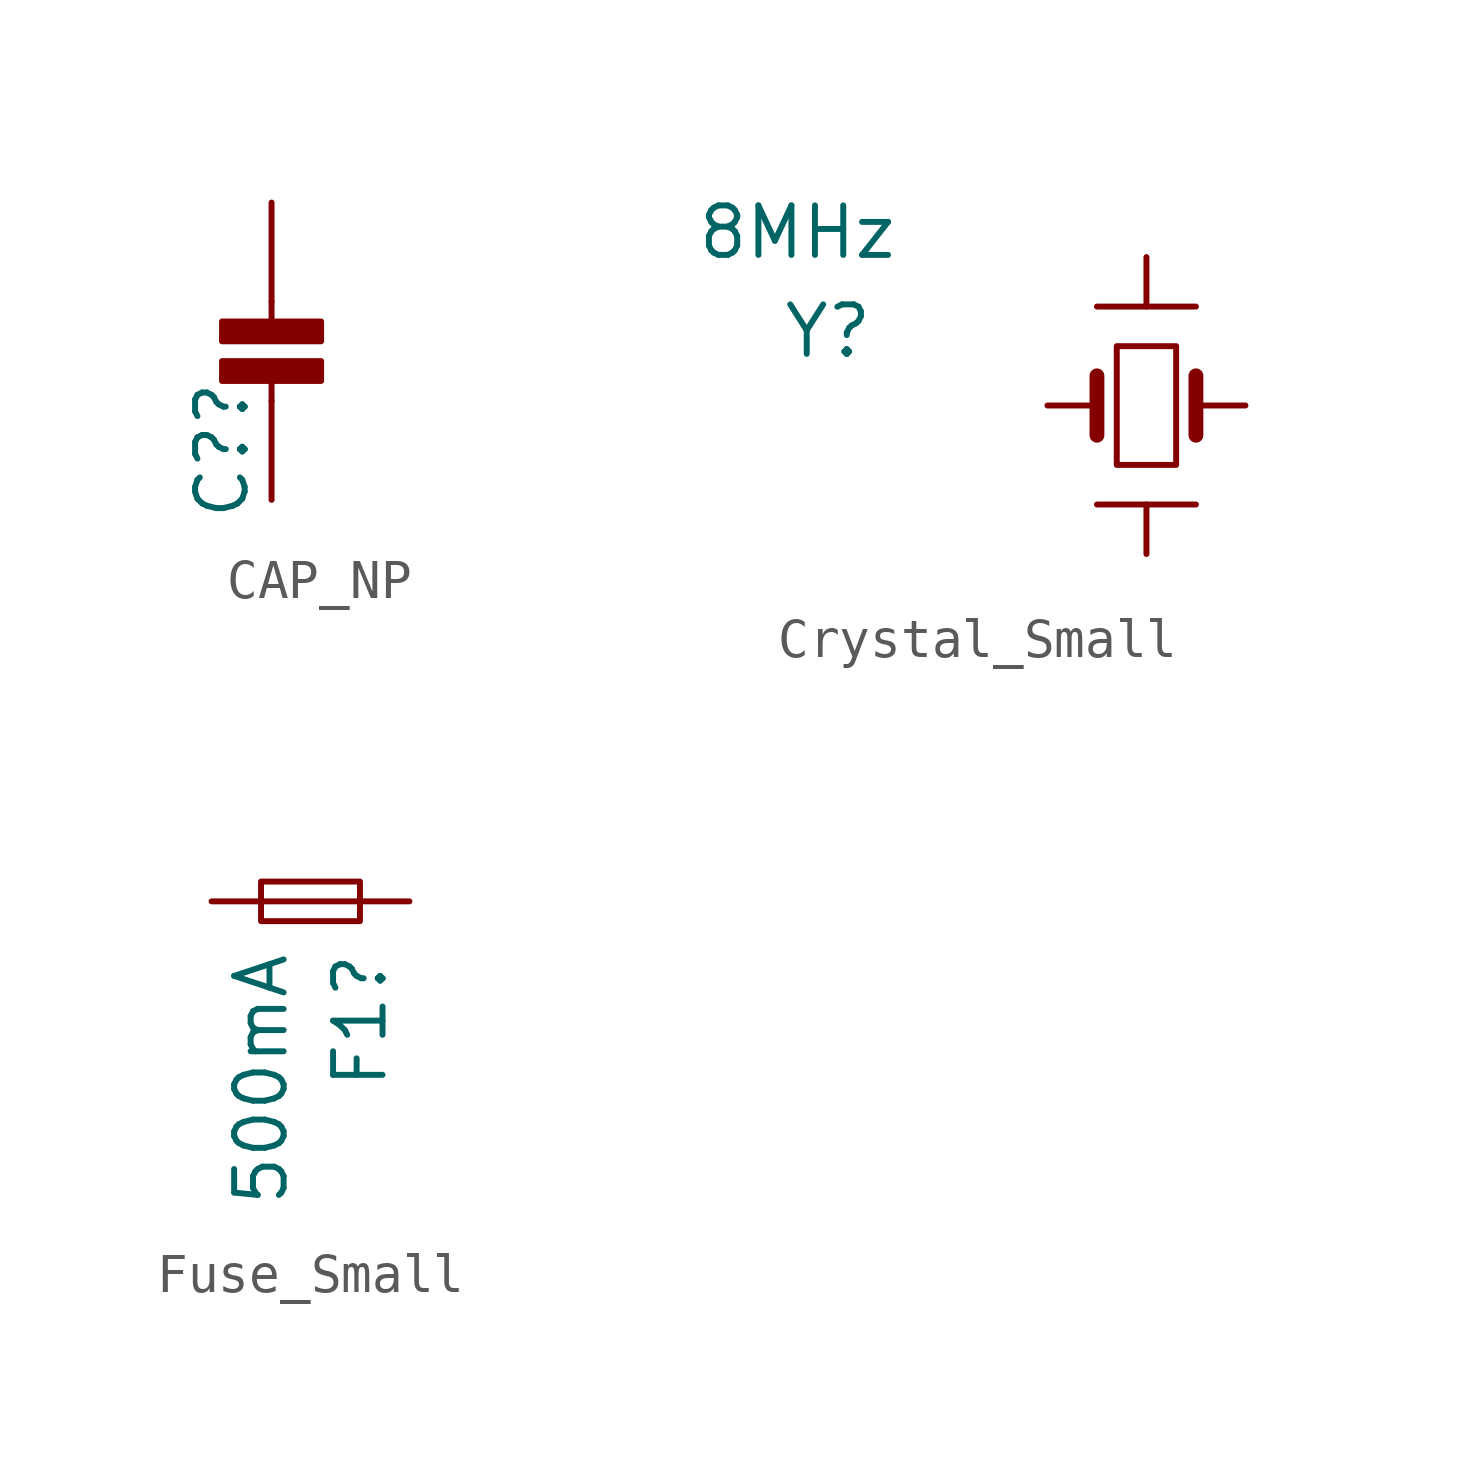
<source format=kicad_sym>
(kicad_symbol_lib
  (version 20220914)
  (generator kicad_symbol_editor)
  (symbol "CAP_NP"
    (pin_names
      (offset 1.016))
    (property "Reference" "C?"
      (at -1.27 -2.54 90)
      (effects (font (size 1.27 1.27))))
    (property "Value" ""
      (at 4.445 -0.635 90)
      (effects (font (size 1.27 1.27))))
    (symbol "CAP_NP_1_0"
      (rectangle (start -1.27 -0.762) (end 1.27 -0.254) (stroke (width 0) (type default)) (fill (type outline)))
      (rectangle (start -1.27 0.762) (end 1.27 0.254) (stroke (width 0) (type default)) (fill (type outline)))
      (polyline (pts (xy 0 -0.508) (xy 0 -1.27)) (stroke (width 0) (type default)) (fill (type none)))
      (polyline (pts (xy 0 1.27) (xy 0 0.508)) (stroke (width 0) (type default)) (fill (type none)))
      (pin passive line (at 0 3.81 270) (length 2.54) (name "1" (effects (font (size 0 0)))) (number "1" (effects (font (size 0 0)))))
      (pin passive line (at 0 -3.81 90) (length 2.54) (name "2" (effects (font (size 0 0)))) (number "2" (effects (font (size 0 0)))))))
  (symbol "Crystal_Small"
    (pin_numbers hide)
    (pin_names
      (offset 1.016) hide)
    (property "Reference" "Y"
      (at -6.985 1.905 0)
      (effects (font (size 1.27 1.27)) (justify right)))
    (property "Value" "8MHz"
      (at -6.35 4.445 0)
      (effects (font (size 1.27 1.27)) (justify right)))
    (symbol "Crystal_Small_0_1"
      (rectangle (start -0.762 -1.524) (end 0.762 1.524) (stroke (width 0) (type default)) (fill (type none)))
      (polyline (pts (xy -1.27 -2.54) (xy 1.27 -2.54)) (stroke (width 0) (type default)) (fill (type none)))
      (polyline (pts (xy -1.27 -0.762) (xy -1.27 0.762)) (stroke (width 0.381) (type default)) (fill (type none)))
      (polyline (pts (xy -1.27 2.54) (xy 1.27 2.54)) (stroke (width 0) (type default)) (fill (type none)))
      (polyline (pts (xy 1.27 -0.762) (xy 1.27 0.762)) (stroke (width 0.381) (type default)) (fill (type none))))
    (symbol "Crystal_Small_1_1"
      (pin passive line (at -2.54 0 0) (length 1.27) (name "1" (effects (font (size 1.27 1.27)))) (number "1" (effects (font (size 1.27 1.27)))))
      (pin passive line (at 0 -3.81 90) (length 1.27) (name "GND" (effects (font (size 1.27 1.27)))) (number "2" (effects (font (size 1.27 1.27)))))
      (pin passive line (at 2.54 0 180) (length 1.27) (name "3" (effects (font (size 1.27 1.27)))) (number "3" (effects (font (size 1.27 1.27)))))
      (pin passive line (at 0 3.81 270) (length 1.27) (name "GND" (effects (font (size 1.27 1.27)))) (number "4" (effects (font (size 1.27 1.27)))))))
  (symbol "Fuse_Small"
    (pin_numbers hide)
    (pin_names
      (offset 0.254) hide)
    (property "Reference" "F1"
      (at 1.27 -1.27 90)
      (effects (font (size 1.27 1.27)) (justify right)))
    (property "Value" "500mA"
      (at -1.27 -1.27 90)
      (effects (font (size 1.27 1.27)) (justify right)))
    (symbol "Fuse_Small_0_1"
      (rectangle (start -1.27 0.508) (end 1.27 -0.508) (stroke (width 0) (type default)) (fill (type none)))
      (polyline (pts (xy -1.27 0) (xy 1.27 0)) (stroke (width 0) (type default)) (fill (type none))))
    (symbol "Fuse_Small_1_1"
      (pin passive line (at -2.54 0 0) (length 1.27) (name "~" (effects (font (size 1.27 1.27)))) (number "1" (effects (font (size 1.27 1.27)))))
      (pin passive line (at 2.54 0 180) (length 1.27) (name "~" (effects (font (size 1.27 1.27)))) (number "2" (effects (font (size 1.27 1.27))))))))
</source>
